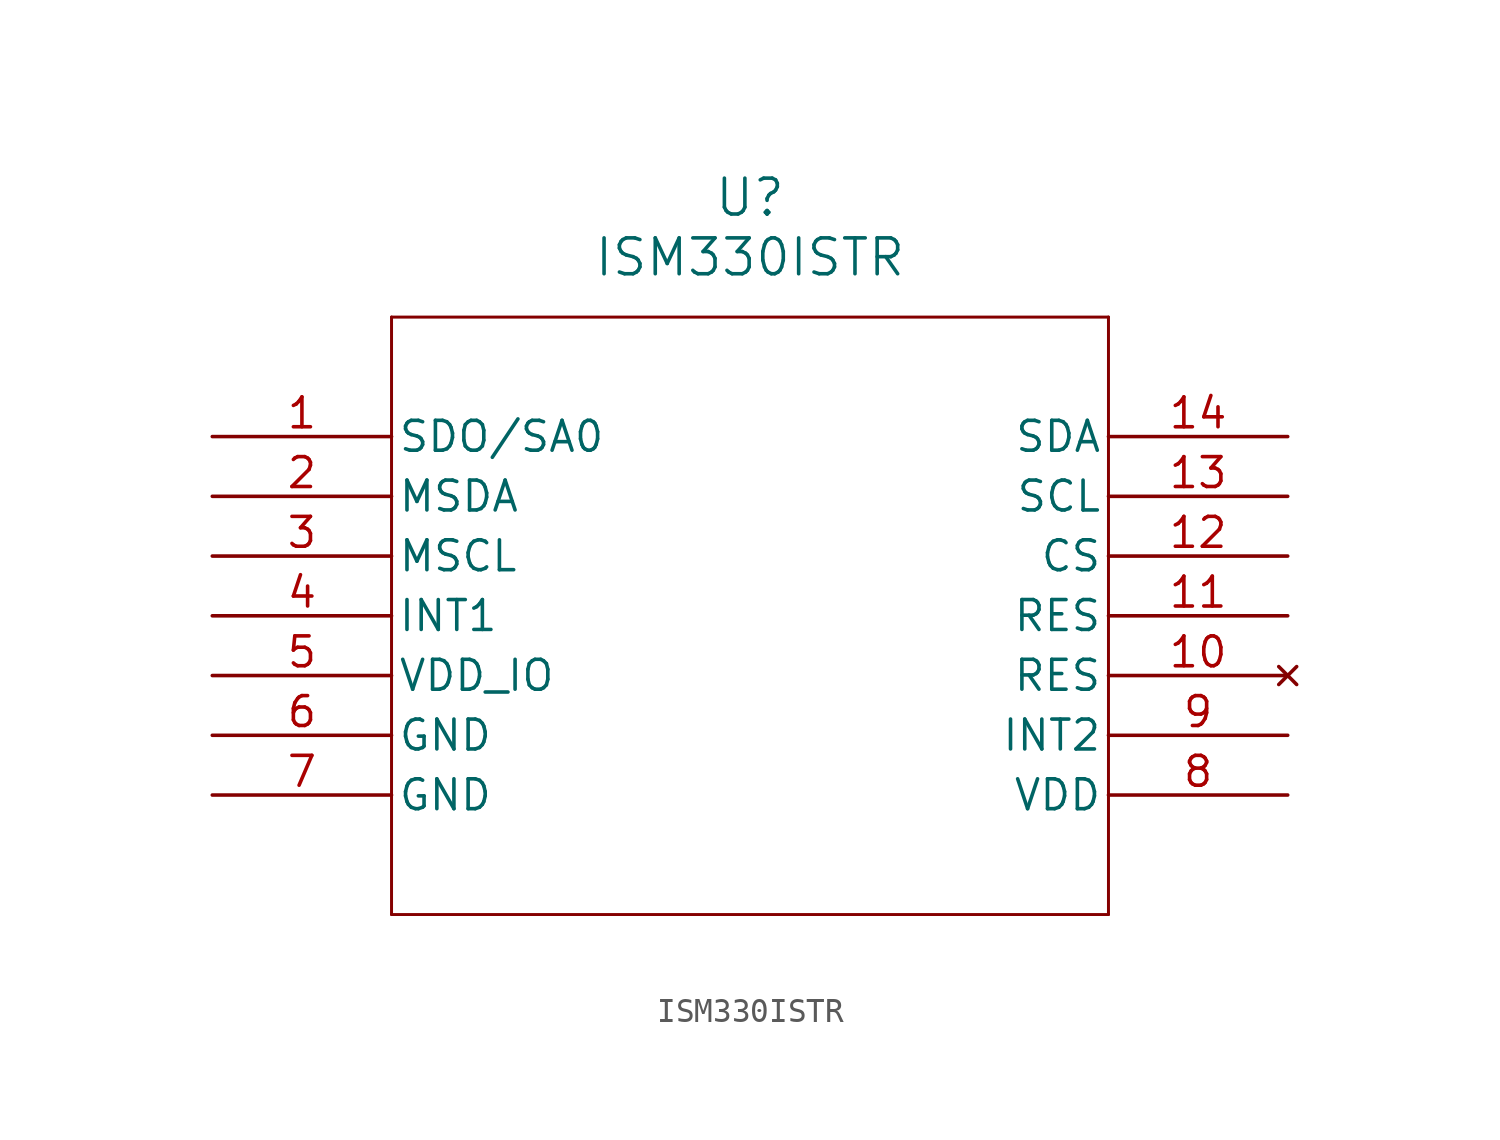
<source format=kicad_sym>
(kicad_symbol_lib
  (version 20241209)
  (generator "kicad_symbol_editor")
  (generator_version "9.0")
  (symbol "ISM330ISTR"
    (pin_names
      (offset 0.254))
    (property "Reference" "U"
      (at 22.86 10.16 0)
      (effects (font (size 1.524 1.524))))
    (property "Value" "ISM330ISTR"
      (at 22.86 7.62 0)
      (effects (font (size 1.524 1.524))))
    (symbol "ISM330ISTR_0_1"
      (polyline (pts (xy 7.62 5.08) (xy 7.62 -20.32)) (stroke (width 0.127) (type default)) (fill (type none)))
      (polyline (pts (xy 7.62 -20.32) (xy 38.1 -20.32)) (stroke (width 0.127) (type default)) (fill (type none)))
      (polyline (pts (xy 38.1 5.08) (xy 7.62 5.08)) (stroke (width 0.127) (type default)) (fill (type none)))
      (polyline (pts (xy 38.1 -20.32) (xy 38.1 5.08)) (stroke (width 0.127) (type default)) (fill (type none)))
      (pin unspecified line (at 0 0 0) (length 7.62) (name "SDO/SA0" (effects (font (size 1.27 1.27)))) (number "1" (effects (font (size 1.27 1.27)))))
      (pin unspecified line (at 0 -2.54 0) (length 7.62) (name "MSDA" (effects (font (size 1.27 1.27)))) (number "2" (effects (font (size 1.27 1.27)))))
      (pin unspecified line (at 0 -5.08 0) (length 7.62) (name "MSCL" (effects (font (size 1.27 1.27)))) (number "3" (effects (font (size 1.27 1.27)))))
      (pin unspecified line (at 0 -7.62 0) (length 7.62) (name "INT1" (effects (font (size 1.27 1.27)))) (number "4" (effects (font (size 1.27 1.27)))))
      (pin power_in line (at 0 -10.16 0) (length 7.62) (name "VDD_IO" (effects (font (size 1.27 1.27)))) (number "5" (effects (font (size 1.27 1.27)))))
      (pin power_out line (at 0 -12.7 0) (length 7.62) (name "GND" (effects (font (size 1.27 1.27)))) (number "6" (effects (font (size 1.27 1.27)))))
      (pin power_out line (at 0 -15.24 0) (length 7.62) (name "GND" (effects (font (size 1.27 1.27)))) (number "7" (effects (font (size 1.27 1.27)))))
      (pin unspecified line (at 45.72 0 180) (length 7.62) (name "SDA" (effects (font (size 1.27 1.27)))) (number "14" (effects (font (size 1.27 1.27)))))
      (pin unspecified line (at 45.72 -2.54 180) (length 7.62) (name "SCL" (effects (font (size 1.27 1.27)))) (number "13" (effects (font (size 1.27 1.27)))))
      (pin unspecified line (at 45.72 -5.08 180) (length 7.62) (name "CS" (effects (font (size 1.27 1.27)))) (number "12" (effects (font (size 1.27 1.27)))))
      (pin unspecified line (at 45.72 -7.62 180) (length 7.62) (name "RES" (effects (font (size 1.27 1.27)))) (number "11" (effects (font (size 1.27 1.27)))))
      (pin no_connect line (at 45.72 -10.16 180) (length 7.62) (name "RES" (effects (font (size 1.27 1.27)))) (number "10" (effects (font (size 1.27 1.27)))))
      (pin unspecified line (at 45.72 -12.7 180) (length 7.62) (name "INT2" (effects (font (size 1.27 1.27)))) (number "9" (effects (font (size 1.27 1.27)))))
      (pin power_in line (at 45.72 -15.24 180) (length 7.62) (name "VDD" (effects (font (size 1.27 1.27)))) (number "8" (effects (font (size 1.27 1.27))))))))
</source>
